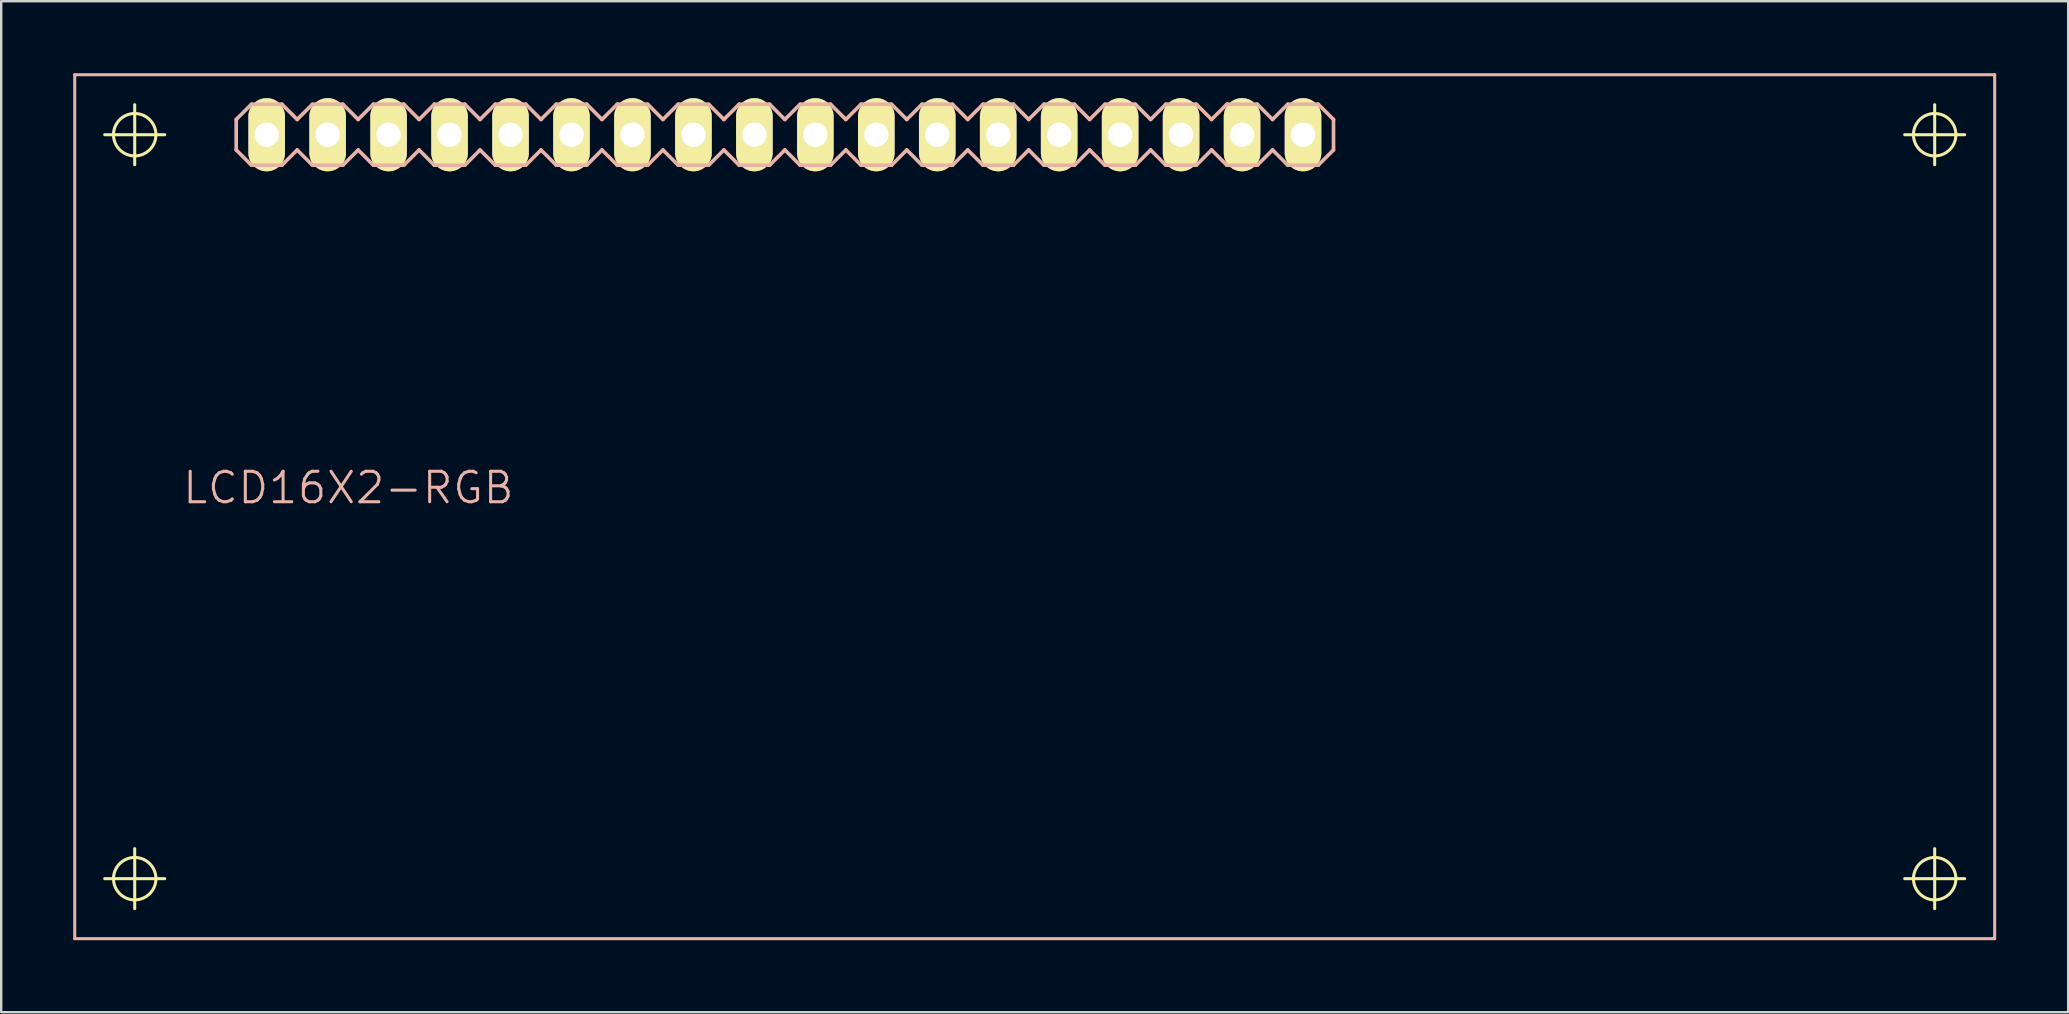
<source format=kicad_pcb>
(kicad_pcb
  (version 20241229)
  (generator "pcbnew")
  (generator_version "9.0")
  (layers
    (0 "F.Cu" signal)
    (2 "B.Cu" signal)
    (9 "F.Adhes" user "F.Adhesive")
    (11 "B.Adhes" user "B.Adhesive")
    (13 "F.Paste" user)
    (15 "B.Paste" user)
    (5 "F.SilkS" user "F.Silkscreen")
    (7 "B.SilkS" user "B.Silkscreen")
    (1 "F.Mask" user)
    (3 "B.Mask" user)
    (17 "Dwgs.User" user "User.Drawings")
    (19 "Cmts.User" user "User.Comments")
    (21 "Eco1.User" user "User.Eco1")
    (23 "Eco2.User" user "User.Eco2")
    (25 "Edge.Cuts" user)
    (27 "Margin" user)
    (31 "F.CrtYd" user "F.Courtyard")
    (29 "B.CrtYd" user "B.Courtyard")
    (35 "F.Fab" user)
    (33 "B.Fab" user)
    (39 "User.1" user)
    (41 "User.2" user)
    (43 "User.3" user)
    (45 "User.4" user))
  (footprint "LCD16X2-RGB"
    (layer "F.Cu")
    (at 8.062 2.563)
    (property "Reference" "LCD16X2-RGB" (at 3.404 14.712 0) (layer "B.SilkS") (effects (font (size 1.27 1.27) (thickness 0.127))))
    (attr exclude_from_pos_files exclude_from_bom)
    (fp_line (start -6.749 0) (end -4.249 0) (stroke (width 0.127) (type solid)) (layer "F.SilkS"))
    (fp_line (start -6.749 30.998) (end -4.249 30.998) (stroke (width 0.127) (type solid)) (layer "F.SilkS"))
    (fp_line (start -5.499 1.25) (end -5.499 -1.25) (stroke (width 0.127) (type solid)) (layer "F.SilkS"))
    (fp_line (start -5.499 32.248) (end -5.499 29.748) (stroke (width 0.127) (type solid)) (layer "F.SilkS"))
    (fp_line (start -0.33 -0.33) (end 0.33 -0.33) (stroke (width 0.066) (type solid)) (layer "F.SilkS"))
    (fp_line (start -0.33 0.33) (end -0.33 -0.33) (stroke (width 0.066) (type solid)) (layer "F.SilkS"))
    (fp_line (start -0.33 0.33) (end 0.33 0.33) (stroke (width 0.066) (type solid)) (layer "F.SilkS"))
    (fp_line (start 0.33 0.33) (end 0.33 -0.33) (stroke (width 0.066) (type solid)) (layer "F.SilkS"))
    (fp_line (start 2.207 -0.33) (end 2.87 -0.33) (stroke (width 0.066) (type solid)) (layer "F.SilkS"))
    (fp_line (start 2.207 0.33) (end 2.207 -0.33) (stroke (width 0.066) (type solid)) (layer "F.SilkS"))
    (fp_line (start 2.207 0.33) (end 2.87 0.33) (stroke (width 0.066) (type solid)) (layer "F.SilkS"))
    (fp_line (start 2.87 0.33) (end 2.87 -0.33) (stroke (width 0.066) (type solid)) (layer "F.SilkS"))
    (fp_line (start 4.75 -0.33) (end 5.41 -0.33) (stroke (width 0.066) (type solid)) (layer "F.SilkS"))
    (fp_line (start 4.75 0.33) (end 4.75 -0.33) (stroke (width 0.066) (type solid)) (layer "F.SilkS"))
    (fp_line (start 4.75 0.33) (end 5.41 0.33) (stroke (width 0.066) (type solid)) (layer "F.SilkS"))
    (fp_line (start 5.41 0.33) (end 5.41 -0.33) (stroke (width 0.066) (type solid)) (layer "F.SilkS"))
    (fp_line (start 7.29 -0.33) (end 7.95 -0.33) (stroke (width 0.066) (type solid)) (layer "F.SilkS"))
    (fp_line (start 7.29 0.33) (end 7.29 -0.33) (stroke (width 0.066) (type solid)) (layer "F.SilkS"))
    (fp_line (start 7.29 0.33) (end 7.95 0.33) (stroke (width 0.066) (type solid)) (layer "F.SilkS"))
    (fp_line (start 7.95 0.33) (end 7.95 -0.33) (stroke (width 0.066) (type solid)) (layer "F.SilkS"))
    (fp_line (start 9.83 -0.33) (end 10.49 -0.33) (stroke (width 0.066) (type solid)) (layer "F.SilkS"))
    (fp_line (start 9.83 0.33) (end 9.83 -0.33) (stroke (width 0.066) (type solid)) (layer "F.SilkS"))
    (fp_line (start 9.83 0.33) (end 10.49 0.33) (stroke (width 0.066) (type solid)) (layer "F.SilkS"))
    (fp_line (start 10.49 0.33) (end 10.49 -0.33) (stroke (width 0.066) (type solid)) (layer "F.SilkS"))
    (fp_line (start 12.37 -0.33) (end 13.03 -0.33) (stroke (width 0.066) (type solid)) (layer "F.SilkS"))
    (fp_line (start 12.37 0.33) (end 12.37 -0.33) (stroke (width 0.066) (type solid)) (layer "F.SilkS"))
    (fp_line (start 12.37 0.33) (end 13.03 0.33) (stroke (width 0.066) (type solid)) (layer "F.SilkS"))
    (fp_line (start 13.03 0.33) (end 13.03 -0.33) (stroke (width 0.066) (type solid)) (layer "F.SilkS"))
    (fp_line (start 14.91 -0.33) (end 15.57 -0.33) (stroke (width 0.066) (type solid)) (layer "F.SilkS"))
    (fp_line (start 14.91 0.33) (end 14.91 -0.33) (stroke (width 0.066) (type solid)) (layer "F.SilkS"))
    (fp_line (start 14.91 0.33) (end 15.57 0.33) (stroke (width 0.066) (type solid)) (layer "F.SilkS"))
    (fp_line (start 15.57 0.33) (end 15.57 -0.33) (stroke (width 0.066) (type solid)) (layer "F.SilkS"))
    (fp_line (start 17.45 -0.33) (end 18.11 -0.33) (stroke (width 0.066) (type solid)) (layer "F.SilkS"))
    (fp_line (start 17.45 0.33) (end 17.45 -0.33) (stroke (width 0.066) (type solid)) (layer "F.SilkS"))
    (fp_line (start 17.45 0.33) (end 18.11 0.33) (stroke (width 0.066) (type solid)) (layer "F.SilkS"))
    (fp_line (start 18.11 0.33) (end 18.11 -0.33) (stroke (width 0.066) (type solid)) (layer "F.SilkS"))
    (fp_line (start 19.99 -0.33) (end 20.648 -0.33) (stroke (width 0.066) (type solid)) (layer "F.SilkS"))
    (fp_line (start 19.99 0.33) (end 19.99 -0.33) (stroke (width 0.066) (type solid)) (layer "F.SilkS"))
    (fp_line (start 19.99 0.33) (end 20.648 0.33) (stroke (width 0.066) (type solid)) (layer "F.SilkS"))
    (fp_line (start 20.648 0.33) (end 20.648 -0.33) (stroke (width 0.066) (type solid)) (layer "F.SilkS"))
    (fp_line (start 22.53 -0.33) (end 23.19 -0.33) (stroke (width 0.066) (type solid)) (layer "F.SilkS"))
    (fp_line (start 22.53 0.33) (end 22.53 -0.33) (stroke (width 0.066) (type solid)) (layer "F.SilkS"))
    (fp_line (start 22.53 0.33) (end 23.19 0.33) (stroke (width 0.066) (type solid)) (layer "F.SilkS"))
    (fp_line (start 23.19 0.33) (end 23.19 -0.33) (stroke (width 0.066) (type solid)) (layer "F.SilkS"))
    (fp_line (start 25.07 -0.33) (end 25.728 -0.33) (stroke (width 0.066) (type solid)) (layer "F.SilkS"))
    (fp_line (start 25.07 0.33) (end 25.07 -0.33) (stroke (width 0.066) (type solid)) (layer "F.SilkS"))
    (fp_line (start 25.07 0.33) (end 25.728 0.33) (stroke (width 0.066) (type solid)) (layer "F.SilkS"))
    (fp_line (start 25.728 0.33) (end 25.728 -0.33) (stroke (width 0.066) (type solid)) (layer "F.SilkS"))
    (fp_line (start 27.61 -0.33) (end 28.27 -0.33) (stroke (width 0.066) (type solid)) (layer "F.SilkS"))
    (fp_line (start 27.61 0.33) (end 27.61 -0.33) (stroke (width 0.066) (type solid)) (layer "F.SilkS"))
    (fp_line (start 27.61 0.33) (end 28.27 0.33) (stroke (width 0.066) (type solid)) (layer "F.SilkS"))
    (fp_line (start 28.27 0.33) (end 28.27 -0.33) (stroke (width 0.066) (type solid)) (layer "F.SilkS"))
    (fp_line (start 30.15 -0.33) (end 30.81 -0.33) (stroke (width 0.066) (type solid)) (layer "F.SilkS"))
    (fp_line (start 30.15 0.33) (end 30.15 -0.33) (stroke (width 0.066) (type solid)) (layer "F.SilkS"))
    (fp_line (start 30.15 0.33) (end 30.81 0.33) (stroke (width 0.066) (type solid)) (layer "F.SilkS"))
    (fp_line (start 30.81 0.33) (end 30.81 -0.33) (stroke (width 0.066) (type solid)) (layer "F.SilkS"))
    (fp_line (start 32.69 -0.33) (end 33.35 -0.33) (stroke (width 0.066) (type solid)) (layer "F.SilkS"))
    (fp_line (start 32.69 0.33) (end 32.69 -0.33) (stroke (width 0.066) (type solid)) (layer "F.SilkS"))
    (fp_line (start 32.69 0.33) (end 33.35 0.33) (stroke (width 0.066) (type solid)) (layer "F.SilkS"))
    (fp_line (start 33.35 0.33) (end 33.35 -0.33) (stroke (width 0.066) (type solid)) (layer "F.SilkS"))
    (fp_line (start 35.23 -0.33) (end 35.89 -0.33) (stroke (width 0.066) (type solid)) (layer "F.SilkS"))
    (fp_line (start 35.23 0.33) (end 35.23 -0.33) (stroke (width 0.066) (type solid)) (layer "F.SilkS"))
    (fp_line (start 35.23 0.33) (end 35.89 0.33) (stroke (width 0.066) (type solid)) (layer "F.SilkS"))
    (fp_line (start 35.89 0.33) (end 35.89 -0.33) (stroke (width 0.066) (type solid)) (layer "F.SilkS"))
    (fp_line (start 37.77 -0.33) (end 38.428 -0.33) (stroke (width 0.066) (type solid)) (layer "F.SilkS"))
    (fp_line (start 37.77 0.33) (end 37.77 -0.33) (stroke (width 0.066) (type solid)) (layer "F.SilkS"))
    (fp_line (start 37.77 0.33) (end 38.428 0.33) (stroke (width 0.066) (type solid)) (layer "F.SilkS"))
    (fp_line (start 38.428 0.33) (end 38.428 -0.33) (stroke (width 0.066) (type solid)) (layer "F.SilkS"))
    (fp_line (start 40.31 -0.33) (end 40.97 -0.33) (stroke (width 0.066) (type solid)) (layer "F.SilkS"))
    (fp_line (start 40.31 0.33) (end 40.31 -0.33) (stroke (width 0.066) (type solid)) (layer "F.SilkS"))
    (fp_line (start 40.31 0.33) (end 40.97 0.33) (stroke (width 0.066) (type solid)) (layer "F.SilkS"))
    (fp_line (start 40.97 0.33) (end 40.97 -0.33) (stroke (width 0.066) (type solid)) (layer "F.SilkS"))
    (fp_line (start 42.85 -0.33) (end 43.51 -0.33) (stroke (width 0.066) (type solid)) (layer "F.SilkS"))
    (fp_line (start 42.85 0.33) (end 42.85 -0.33) (stroke (width 0.066) (type solid)) (layer "F.SilkS"))
    (fp_line (start 42.85 0.33) (end 43.51 0.33) (stroke (width 0.066) (type solid)) (layer "F.SilkS"))
    (fp_line (start 43.51 0.33) (end 43.51 -0.33) (stroke (width 0.066) (type solid)) (layer "F.SilkS"))
    (fp_line (start 68.25 0) (end 70.749 0) (stroke (width 0.127) (type solid)) (layer "F.SilkS"))
    (fp_line (start 68.25 30.998) (end 70.749 30.998) (stroke (width 0.127) (type solid)) (layer "F.SilkS"))
    (fp_line (start 69.499 1.25) (end 69.499 -1.25) (stroke (width 0.127) (type solid)) (layer "F.SilkS"))
    (fp_line (start 69.499 32.248) (end 69.499 29.748) (stroke (width 0.127) (type solid)) (layer "F.SilkS"))
    (fp_circle (center -5.499 0) (end -6.124 0.625) (stroke (width 0.127) (type solid)) (fill no) (layer "F.SilkS"))
    (fp_circle (center -5.499 30.998) (end -6.124 31.623) (stroke (width 0.127) (type solid)) (fill no) (layer "F.SilkS"))
    (fp_circle (center 69.499 0) (end 70.124 0.625) (stroke (width 0.127) (type solid)) (fill no) (layer "F.SilkS"))
    (fp_circle (center 69.499 30.998) (end 70.124 31.623) (stroke (width 0.127) (type solid)) (fill no) (layer "F.SilkS"))
    (fp_line (start -7.998 -2.499) (end -7.998 33.498) (stroke (width 0.127) (type solid)) (layer "B.SilkS"))
    (fp_line (start -7.998 33.498) (end 71.999 33.498) (stroke (width 0.127) (type solid)) (layer "B.SilkS"))
    (fp_line (start -1.27 -0.635) (end -1.27 0.635) (stroke (width 0.152) (type solid)) (layer "B.SilkS"))
    (fp_line (start -1.27 0.635) (end -0.635 1.27) (stroke (width 0.152) (type solid)) (layer "B.SilkS"))
    (fp_line (start -0.635 -1.27) (end -1.27 -0.635) (stroke (width 0.152) (type solid)) (layer "B.SilkS"))
    (fp_line (start -0.635 -1.27) (end 0.635 -1.27) (stroke (width 0.152) (type solid)) (layer "B.SilkS"))
    (fp_line (start 0.635 -1.27) (end 1.27 -0.635) (stroke (width 0.152) (type solid)) (layer "B.SilkS"))
    (fp_line (start 0.635 1.27) (end -0.635 1.27) (stroke (width 0.152) (type solid)) (layer "B.SilkS"))
    (fp_line (start 1.27 -0.635) (end 1.905 -1.27) (stroke (width 0.152) (type solid)) (layer "B.SilkS"))
    (fp_line (start 1.27 0.635) (end 0.635 1.27) (stroke (width 0.152) (type solid)) (layer "B.SilkS"))
    (fp_line (start 1.905 -1.27) (end 3.175 -1.27) (stroke (width 0.152) (type solid)) (layer "B.SilkS"))
    (fp_line (start 1.905 1.27) (end 1.27 0.635) (stroke (width 0.152) (type solid)) (layer "B.SilkS"))
    (fp_line (start 3.175 -1.27) (end 3.81 -0.635) (stroke (width 0.152) (type solid)) (layer "B.SilkS"))
    (fp_line (start 3.175 1.27) (end 1.905 1.27) (stroke (width 0.152) (type solid)) (layer "B.SilkS"))
    (fp_line (start 3.81 -0.635) (end 4.445 -1.27) (stroke (width 0.152) (type solid)) (layer "B.SilkS"))
    (fp_line (start 3.81 0.635) (end 3.175 1.27) (stroke (width 0.152) (type solid)) (layer "B.SilkS"))
    (fp_line (start 4.445 -1.27) (end 5.715 -1.27) (stroke (width 0.152) (type solid)) (layer "B.SilkS"))
    (fp_line (start 4.445 1.27) (end 3.81 0.635) (stroke (width 0.152) (type solid)) (layer "B.SilkS"))
    (fp_line (start 5.715 -1.27) (end 6.35 -0.635) (stroke (width 0.152) (type solid)) (layer "B.SilkS"))
    (fp_line (start 5.715 1.27) (end 4.445 1.27) (stroke (width 0.152) (type solid)) (layer "B.SilkS"))
    (fp_line (start 6.35 0.635) (end 5.715 1.27) (stroke (width 0.152) (type solid)) (layer "B.SilkS"))
    (fp_line (start 6.35 0.635) (end 6.985 1.27) (stroke (width 0.152) (type solid)) (layer "B.SilkS"))
    (fp_line (start 6.985 -1.27) (end 6.35 -0.635) (stroke (width 0.152) (type solid)) (layer "B.SilkS"))
    (fp_line (start 6.985 -1.27) (end 8.255 -1.27) (stroke (width 0.152) (type solid)) (layer "B.SilkS"))
    (fp_line (start 8.255 -1.27) (end 8.89 -0.635) (stroke (width 0.152) (type solid)) (layer "B.SilkS"))
    (fp_line (start 8.255 1.27) (end 6.985 1.27) (stroke (width 0.152) (type solid)) (layer "B.SilkS"))
    (fp_line (start 8.89 -0.635) (end 9.525 -1.27) (stroke (width 0.152) (type solid)) (layer "B.SilkS"))
    (fp_line (start 8.89 0.635) (end 8.255 1.27) (stroke (width 0.152) (type solid)) (layer "B.SilkS"))
    (fp_line (start 9.525 -1.27) (end 10.795 -1.27) (stroke (width 0.152) (type solid)) (layer "B.SilkS"))
    (fp_line (start 9.525 1.27) (end 8.89 0.635) (stroke (width 0.152) (type solid)) (layer "B.SilkS"))
    (fp_line (start 10.795 -1.27) (end 11.43 -0.635) (stroke (width 0.152) (type solid)) (layer "B.SilkS"))
    (fp_line (start 10.795 1.27) (end 9.525 1.27) (stroke (width 0.152) (type solid)) (layer "B.SilkS"))
    (fp_line (start 11.43 0.635) (end 10.795 1.27) (stroke (width 0.152) (type solid)) (layer "B.SilkS"))
    (fp_line (start 11.43 0.635) (end 12.065 1.27) (stroke (width 0.152) (type solid)) (layer "B.SilkS"))
    (fp_line (start 12.065 -1.27) (end 11.43 -0.635) (stroke (width 0.152) (type solid)) (layer "B.SilkS"))
    (fp_line (start 12.065 -1.27) (end 13.335 -1.27) (stroke (width 0.152) (type solid)) (layer "B.SilkS"))
    (fp_line (start 13.335 -1.27) (end 13.97 -0.635) (stroke (width 0.152) (type solid)) (layer "B.SilkS"))
    (fp_line (start 13.335 1.27) (end 12.065 1.27) (stroke (width 0.152) (type solid)) (layer "B.SilkS"))
    (fp_line (start 13.97 -0.635) (end 14.605 -1.27) (stroke (width 0.152) (type solid)) (layer "B.SilkS"))
    (fp_line (start 13.97 0.635) (end 13.335 1.27) (stroke (width 0.152) (type solid)) (layer "B.SilkS"))
    (fp_line (start 14.605 -1.27) (end 15.875 -1.27) (stroke (width 0.152) (type solid)) (layer "B.SilkS"))
    (fp_line (start 14.605 1.27) (end 13.97 0.635) (stroke (width 0.152) (type solid)) (layer "B.SilkS"))
    (fp_line (start 15.875 -1.27) (end 16.51 -0.635) (stroke (width 0.152) (type solid)) (layer "B.SilkS"))
    (fp_line (start 15.875 1.27) (end 14.605 1.27) (stroke (width 0.152) (type solid)) (layer "B.SilkS"))
    (fp_line (start 16.51 -0.635) (end 17.145 -1.27) (stroke (width 0.152) (type solid)) (layer "B.SilkS"))
    (fp_line (start 16.51 0.635) (end 15.875 1.27) (stroke (width 0.152) (type solid)) (layer "B.SilkS"))
    (fp_line (start 17.145 -1.27) (end 18.415 -1.27) (stroke (width 0.152) (type solid)) (layer "B.SilkS"))
    (fp_line (start 17.145 1.27) (end 16.51 0.635) (stroke (width 0.152) (type solid)) (layer "B.SilkS"))
    (fp_line (start 18.415 -1.27) (end 19.05 -0.635) (stroke (width 0.152) (type solid)) (layer "B.SilkS"))
    (fp_line (start 18.415 1.27) (end 17.145 1.27) (stroke (width 0.152) (type solid)) (layer "B.SilkS"))
    (fp_line (start 19.05 0.635) (end 18.415 1.27) (stroke (width 0.152) (type solid)) (layer "B.SilkS"))
    (fp_line (start 19.05 0.635) (end 19.685 1.27) (stroke (width 0.152) (type solid)) (layer "B.SilkS"))
    (fp_line (start 19.685 -1.27) (end 19.05 -0.635) (stroke (width 0.152) (type solid)) (layer "B.SilkS"))
    (fp_line (start 19.685 -1.27) (end 20.955 -1.27) (stroke (width 0.152) (type solid)) (layer "B.SilkS"))
    (fp_line (start 20.955 -1.27) (end 21.59 -0.635) (stroke (width 0.152) (type solid)) (layer "B.SilkS"))
    (fp_line (start 20.955 1.27) (end 19.685 1.27) (stroke (width 0.152) (type solid)) (layer "B.SilkS"))
    (fp_line (start 21.59 -0.635) (end 22.225 -1.27) (stroke (width 0.152) (type solid)) (layer "B.SilkS"))
    (fp_line (start 21.59 0.635) (end 20.955 1.27) (stroke (width 0.152) (type solid)) (layer "B.SilkS"))
    (fp_line (start 22.225 -1.27) (end 23.495 -1.27) (stroke (width 0.152) (type solid)) (layer "B.SilkS"))
    (fp_line (start 22.225 1.27) (end 21.59 0.635) (stroke (width 0.152) (type solid)) (layer "B.SilkS"))
    (fp_line (start 23.495 -1.27) (end 24.13 -0.635) (stroke (width 0.152) (type solid)) (layer "B.SilkS"))
    (fp_line (start 23.495 1.27) (end 22.225 1.27) (stroke (width 0.152) (type solid)) (layer "B.SilkS"))
    (fp_line (start 24.13 0.635) (end 23.495 1.27) (stroke (width 0.152) (type solid)) (layer "B.SilkS"))
    (fp_line (start 24.13 0.635) (end 24.765 1.27) (stroke (width 0.152) (type solid)) (layer "B.SilkS"))
    (fp_line (start 24.765 -1.27) (end 24.13 -0.635) (stroke (width 0.152) (type solid)) (layer "B.SilkS"))
    (fp_line (start 24.765 -1.27) (end 26.035 -1.27) (stroke (width 0.152) (type solid)) (layer "B.SilkS"))
    (fp_line (start 26.035 -1.27) (end 26.67 -0.635) (stroke (width 0.152) (type solid)) (layer "B.SilkS"))
    (fp_line (start 26.035 1.27) (end 24.765 1.27) (stroke (width 0.152) (type solid)) (layer "B.SilkS"))
    (fp_line (start 26.67 -0.635) (end 27.305 -1.27) (stroke (width 0.152) (type solid)) (layer "B.SilkS"))
    (fp_line (start 26.67 0.635) (end 26.035 1.27) (stroke (width 0.152) (type solid)) (layer "B.SilkS"))
    (fp_line (start 27.305 -1.27) (end 28.575 -1.27) (stroke (width 0.152) (type solid)) (layer "B.SilkS"))
    (fp_line (start 27.305 1.27) (end 26.67 0.635) (stroke (width 0.152) (type solid)) (layer "B.SilkS"))
    (fp_line (start 28.575 -1.27) (end 29.21 -0.635) (stroke (width 0.152) (type solid)) (layer "B.SilkS"))
    (fp_line (start 28.575 1.27) (end 27.305 1.27) (stroke (width 0.152) (type solid)) (layer "B.SilkS"))
    (fp_line (start 29.21 -0.635) (end 29.845 -1.27) (stroke (width 0.152) (type solid)) (layer "B.SilkS"))
    (fp_line (start 29.21 0.635) (end 28.575 1.27) (stroke (width 0.152) (type solid)) (layer "B.SilkS"))
    (fp_line (start 29.845 -1.27) (end 31.115 -1.27) (stroke (width 0.152) (type solid)) (layer "B.SilkS"))
    (fp_line (start 29.845 1.27) (end 29.21 0.635) (stroke (width 0.152) (type solid)) (layer "B.SilkS"))
    (fp_line (start 31.115 -1.27) (end 31.75 -0.635) (stroke (width 0.152) (type solid)) (layer "B.SilkS"))
    (fp_line (start 31.115 1.27) (end 29.845 1.27) (stroke (width 0.152) (type solid)) (layer "B.SilkS"))
    (fp_line (start 31.75 0.635) (end 31.115 1.27) (stroke (width 0.152) (type solid)) (layer "B.SilkS"))
    (fp_line (start 31.75 0.635) (end 32.385 1.27) (stroke (width 0.152) (type solid)) (layer "B.SilkS"))
    (fp_line (start 32.385 -1.27) (end 31.75 -0.635) (stroke (width 0.152) (type solid)) (layer "B.SilkS"))
    (fp_line (start 32.385 -1.27) (end 33.655 -1.27) (stroke (width 0.152) (type solid)) (layer "B.SilkS"))
    (fp_line (start 33.655 -1.27) (end 34.29 -0.635) (stroke (width 0.152) (type solid)) (layer "B.SilkS"))
    (fp_line (start 33.655 1.27) (end 32.385 1.27) (stroke (width 0.152) (type solid)) (layer "B.SilkS"))
    (fp_line (start 34.29 -0.635) (end 34.925 -1.27) (stroke (width 0.152) (type solid)) (layer "B.SilkS"))
    (fp_line (start 34.29 0.635) (end 33.655 1.27) (stroke (width 0.152) (type solid)) (layer "B.SilkS"))
    (fp_line (start 34.925 -1.27) (end 36.195 -1.27) (stroke (width 0.152) (type solid)) (layer "B.SilkS"))
    (fp_line (start 34.925 1.27) (end 34.29 0.635) (stroke (width 0.152) (type solid)) (layer "B.SilkS"))
    (fp_line (start 36.195 -1.27) (end 36.83 -0.635) (stroke (width 0.152) (type solid)) (layer "B.SilkS"))
    (fp_line (start 36.195 1.27) (end 34.925 1.27) (stroke (width 0.152) (type solid)) (layer "B.SilkS"))
    (fp_line (start 36.83 0.635) (end 36.195 1.27) (stroke (width 0.152) (type solid)) (layer "B.SilkS"))
    (fp_line (start 36.83 0.635) (end 37.465 1.27) (stroke (width 0.152) (type solid)) (layer "B.SilkS"))
    (fp_line (start 37.465 -1.27) (end 36.83 -0.635) (stroke (width 0.152) (type solid)) (layer "B.SilkS"))
    (fp_line (start 37.465 -1.27) (end 38.735 -1.27) (stroke (width 0.152) (type solid)) (layer "B.SilkS"))
    (fp_line (start 38.735 -1.27) (end 39.37 -0.635) (stroke (width 0.152) (type solid)) (layer "B.SilkS"))
    (fp_line (start 38.735 1.27) (end 37.465 1.27) (stroke (width 0.152) (type solid)) (layer "B.SilkS"))
    (fp_line (start 39.37 -0.635) (end 40.005 -1.27) (stroke (width 0.152) (type solid)) (layer "B.SilkS"))
    (fp_line (start 39.37 0.635) (end 38.735 1.27) (stroke (width 0.152) (type solid)) (layer "B.SilkS"))
    (fp_line (start 40.005 -1.27) (end 41.275 -1.27) (stroke (width 0.152) (type solid)) (layer "B.SilkS"))
    (fp_line (start 40.005 1.27) (end 39.37 0.635) (stroke (width 0.152) (type solid)) (layer "B.SilkS"))
    (fp_line (start 41.275 -1.27) (end 41.91 -0.635) (stroke (width 0.152) (type solid)) (layer "B.SilkS"))
    (fp_line (start 41.275 1.27) (end 40.005 1.27) (stroke (width 0.152) (type solid)) (layer "B.SilkS"))
    (fp_line (start 41.91 -0.635) (end 42.545 -1.27) (stroke (width 0.152) (type solid)) (layer "B.SilkS"))
    (fp_line (start 41.91 0.635) (end 41.275 1.27) (stroke (width 0.152) (type solid)) (layer "B.SilkS"))
    (fp_line (start 42.545 -1.27) (end 43.815 -1.27) (stroke (width 0.152) (type solid)) (layer "B.SilkS"))
    (fp_line (start 42.545 1.27) (end 41.91 0.635) (stroke (width 0.152) (type solid)) (layer "B.SilkS"))
    (fp_line (start 43.815 -1.27) (end 44.45 -0.635) (stroke (width 0.152) (type solid)) (layer "B.SilkS"))
    (fp_line (start 43.815 1.27) (end 42.545 1.27) (stroke (width 0.152) (type solid)) (layer "B.SilkS"))
    (fp_line (start 44.45 -0.635) (end 44.45 0.635) (stroke (width 0.152) (type solid)) (layer "B.SilkS"))
    (fp_line (start 44.45 0.635) (end 43.815 1.27) (stroke (width 0.152) (type solid)) (layer "B.SilkS"))
    (fp_line (start 71.999 -2.499) (end -7.998 -2.499) (stroke (width 0.127) (type solid)) (layer "B.SilkS"))
    (fp_line (start 71.999 33.498) (end 71.999 -2.499) (stroke (width 0.127) (type solid)) (layer "B.SilkS"))
    (pad "1" thru_hole oval (at 0 0 180) (size 1.524 3.048) (drill 1.016) (layers "*.Cu" "F.Mask" "F.SilkS" "F.Paste"))
    (pad "2" thru_hole oval (at 2.54 0 180) (size 1.524 3.048) (drill 1.016) (layers "*.Cu" "F.Mask" "F.SilkS" "F.Paste"))
    (pad "3" thru_hole oval (at 5.08 0 180) (size 1.524 3.048) (drill 1.016) (layers "*.Cu" "F.Mask" "F.SilkS" "F.Paste"))
    (pad "4" thru_hole oval (at 7.62 0 180) (size 1.524 3.048) (drill 1.016) (layers "*.Cu" "F.Mask" "F.SilkS" "F.Paste"))
    (pad "5" thru_hole oval (at 10.16 0 180) (size 1.524 3.048) (drill 1.016) (layers "*.Cu" "F.Mask" "F.SilkS" "F.Paste"))
    (pad "6" thru_hole oval (at 12.7 0 180) (size 1.524 3.048) (drill 1.016) (layers "*.Cu" "F.Mask" "F.SilkS" "F.Paste"))
    (pad "7" thru_hole oval (at 15.24 0 180) (size 1.524 3.048) (drill 1.016) (layers "*.Cu" "F.Mask" "F.SilkS" "F.Paste"))
    (pad "8" thru_hole oval (at 17.78 0 180) (size 1.524 3.048) (drill 1.016) (layers "*.Cu" "F.Mask" "F.SilkS" "F.Paste"))
    (pad "9" thru_hole oval (at 20.32 0 180) (size 1.524 3.048) (drill 1.016) (layers "*.Cu" "F.Mask" "F.SilkS" "F.Paste"))
    (pad "10" thru_hole oval (at 22.86 0 180) (size 1.524 3.048) (drill 1.016) (layers "*.Cu" "F.Mask" "F.SilkS" "F.Paste"))
    (pad "11" thru_hole oval (at 25.4 0 180) (size 1.524 3.048) (drill 1.016) (layers "*.Cu" "F.Mask" "F.SilkS" "F.Paste"))
    (pad "12" thru_hole oval (at 27.94 0 180) (size 1.524 3.048) (drill 1.016) (layers "*.Cu" "F.Mask" "F.SilkS" "F.Paste"))
    (pad "13" thru_hole oval (at 30.48 0 180) (size 1.524 3.048) (drill 1.016) (layers "*.Cu" "F.Mask" "F.SilkS" "F.Paste"))
    (pad "14" thru_hole oval (at 33.02 0 180) (size 1.524 3.048) (drill 1.016) (layers "*.Cu" "F.Mask" "F.SilkS" "F.Paste"))
    (pad "15" thru_hole oval (at 35.56 0 180) (size 1.524 3.048) (drill 1.016) (layers "*.Cu" "F.Mask" "F.SilkS" "F.Paste"))
    (pad "16" thru_hole oval (at 38.1 0 180) (size 1.524 3.048) (drill 1.016) (layers "*.Cu" "F.Mask" "F.SilkS" "F.Paste"))
    (pad "17" thru_hole oval (at 40.64 0 180) (size 1.524 3.048) (drill 1.016) (layers "*.Cu" "F.Mask" "F.SilkS" "F.Paste"))
    (pad "18" thru_hole oval (at 43.18 0 180) (size 1.524 3.048) (drill 1.016) (layers "*.Cu" "F.Mask" "F.SilkS" "F.Paste")))
  (gr_rect
    (start -3 -3)
    (end 83.124 39.124)
    (stroke (width 0.1) (type default))
    (fill no)
    (layer "Edge.Cuts")))
</source>
